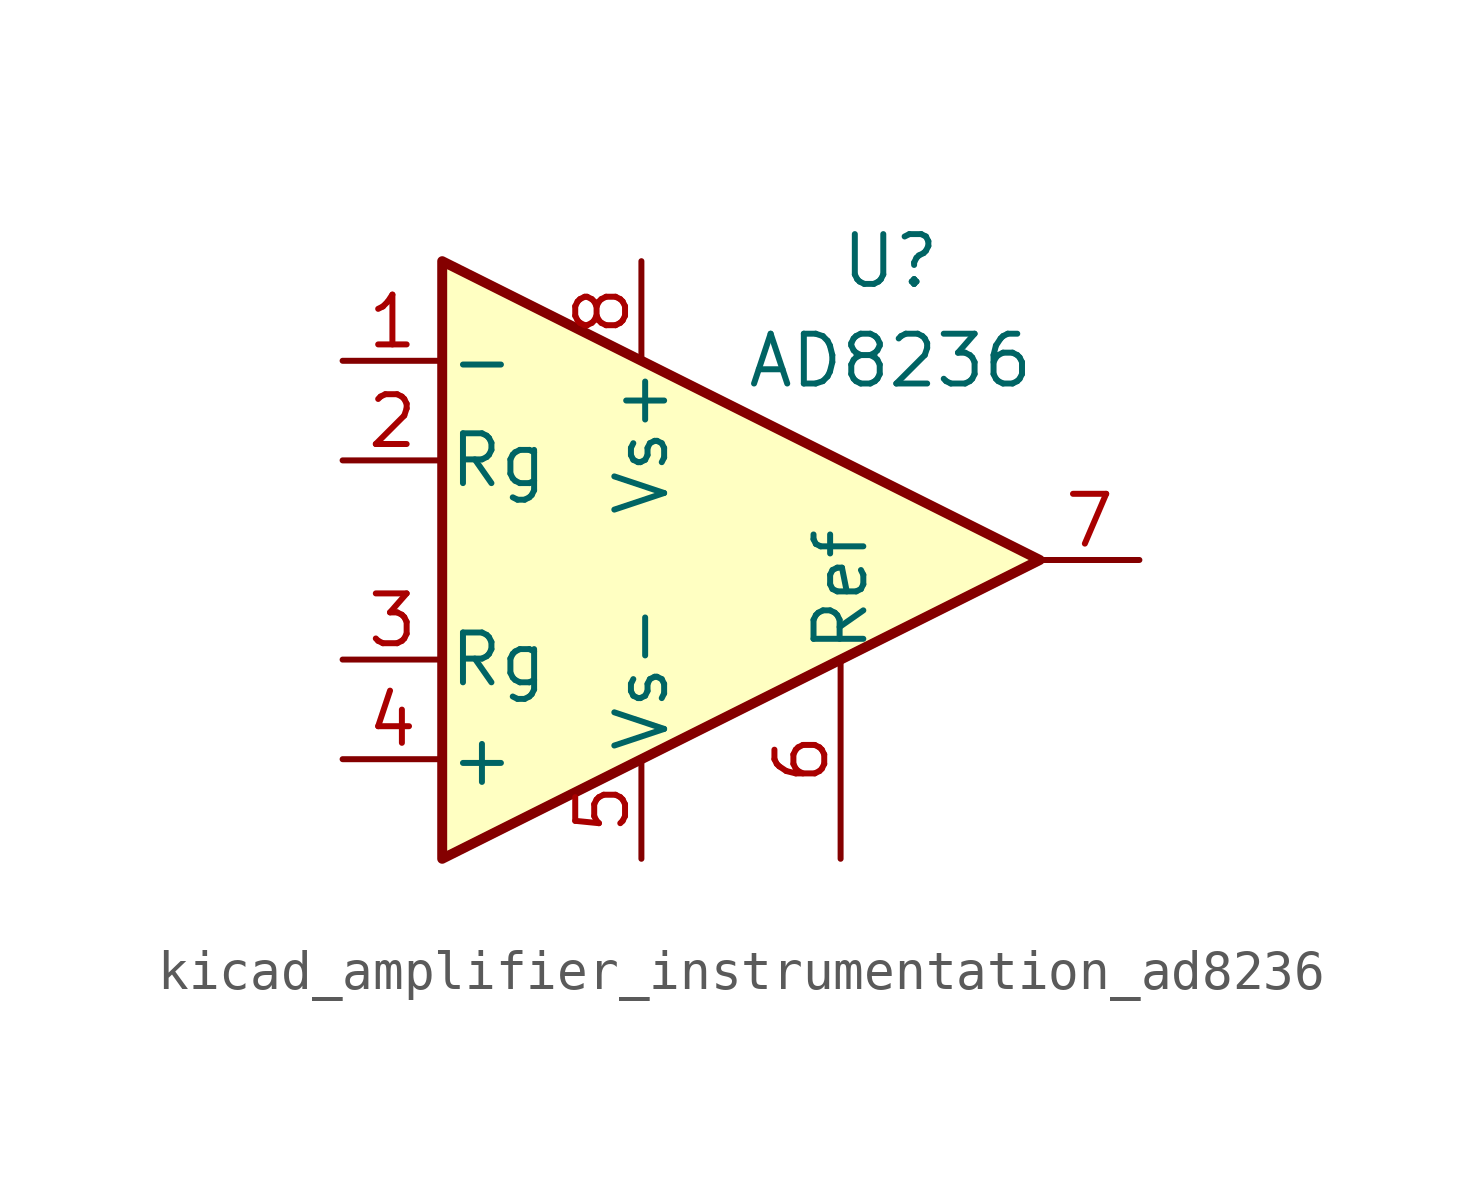
<source format=kicad_sym>
(kicad_symbol_lib
  (version 20220914)
  (generator kicad_symbol_editor)
  (symbol "kicad_amplifier_instrumentation_ad8236"
    (pin_names
      (offset 0.127))
    (property "Reference" "U"
      (at 3.81 7.62 0)
      (effects (font (size 1.27 1.27))))
    (property "Value" "AD8236"
      (at 3.81 5.08 0)
      (effects (font (size 1.27 1.27))))
    (symbol "kicad_amplifier_instrumentation_ad8236_0_1"
      (polyline (pts (xy -7.62 7.62) (xy -7.62 -7.62) (xy 7.62 0) (xy -7.62 7.62)) (stroke (width 0.254) (type default)) (fill (type background))))
    (symbol "kicad_amplifier_instrumentation_ad8236_1_1"
      (pin input line (at -10.16 5.08 0) (length 2.54) (name "-" (effects (font (size 1.27 1.27)))) (number "1" (effects (font (size 1.27 1.27)))))
      (pin passive line (at -10.16 2.54 0) (length 2.54) (name "Rg" (effects (font (size 1.27 1.27)))) (number "2" (effects (font (size 1.27 1.27)))))
      (pin passive line (at -10.16 -2.54 0) (length 2.54) (name "Rg" (effects (font (size 1.27 1.27)))) (number "3" (effects (font (size 1.27 1.27)))))
      (pin input line (at -10.16 -5.08 0) (length 2.54) (name "+" (effects (font (size 1.27 1.27)))) (number "4" (effects (font (size 1.27 1.27)))))
      (pin power_in line (at -2.54 -7.62 90) (length 2.54) (name "Vs-" (effects (font (size 1.27 1.27)))) (number "5" (effects (font (size 1.27 1.27)))))
      (pin passive line (at 2.54 -7.62 90) (length 5.08) (name "Ref" (effects (font (size 1.27 1.27)))) (number "6" (effects (font (size 1.27 1.27)))))
      (pin output line (at 10.16 0 180) (length 2.54) (name "~" (effects (font (size 1.27 1.27)))) (number "7" (effects (font (size 1.27 1.27)))))
      (pin power_in line (at -2.54 7.62 270) (length 2.54) (name "Vs+" (effects (font (size 1.27 1.27)))) (number "8" (effects (font (size 1.27 1.27))))))))
</source>
